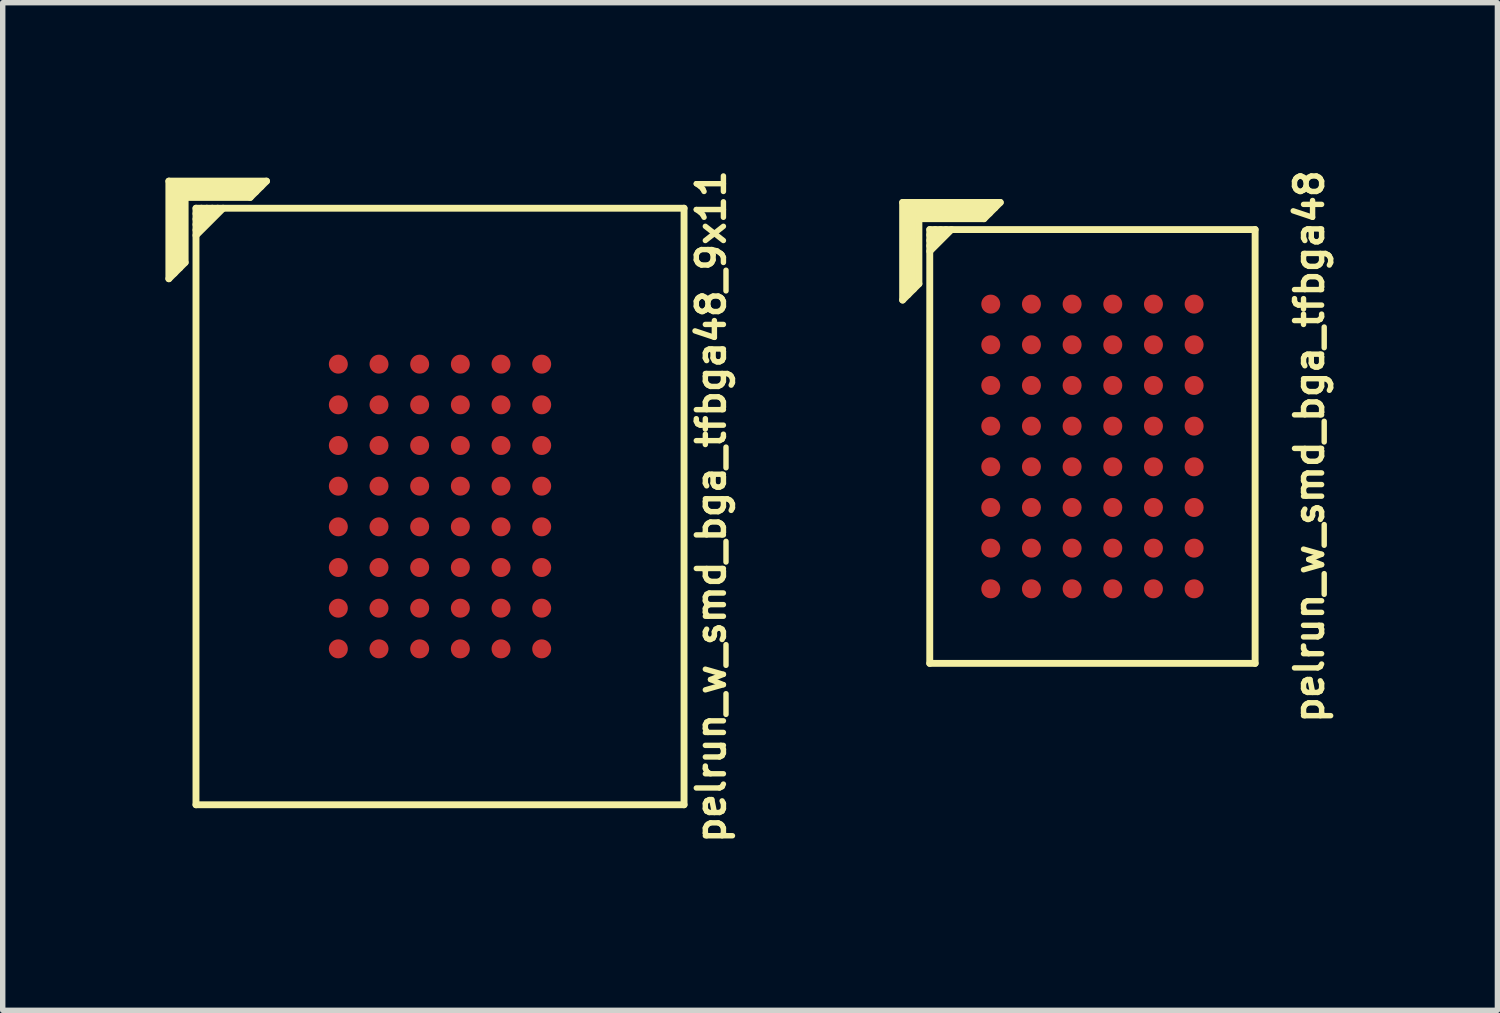
<source format=kicad_pcb>
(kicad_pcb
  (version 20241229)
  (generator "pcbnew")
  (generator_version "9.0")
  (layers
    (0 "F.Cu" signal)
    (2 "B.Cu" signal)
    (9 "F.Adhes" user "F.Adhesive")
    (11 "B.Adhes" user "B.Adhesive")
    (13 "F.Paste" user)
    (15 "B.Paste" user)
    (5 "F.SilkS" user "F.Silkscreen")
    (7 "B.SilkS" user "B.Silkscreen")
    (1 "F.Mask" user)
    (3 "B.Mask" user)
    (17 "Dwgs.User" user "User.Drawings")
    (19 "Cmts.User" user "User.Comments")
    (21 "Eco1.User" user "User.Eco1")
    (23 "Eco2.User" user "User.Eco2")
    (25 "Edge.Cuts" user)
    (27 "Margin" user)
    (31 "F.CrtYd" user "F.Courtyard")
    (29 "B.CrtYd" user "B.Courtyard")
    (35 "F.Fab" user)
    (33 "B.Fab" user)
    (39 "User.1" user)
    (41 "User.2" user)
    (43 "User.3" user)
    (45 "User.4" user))
  (footprint "pelrun_w_smd_bga_tfbga48_9x11"
    (layer "F.Cu")
    (at 5.064 6.29)
    (property "Reference" "pelrun_w_smd_bga_tfbga48_9x11" (at 5 0 90) (layer "F.SilkS") (effects (font (size 0.5 0.5) (thickness 0.1))))
    (attr through_hole)
    (fp_line (start -5 -6) (end -5 -4.2) (stroke (width 0.127) (type solid)) (layer "F.SilkS"))
    (fp_line (start -5 -4.2) (end -4.7 -4.5) (stroke (width 0.127) (type solid)) (layer "F.SilkS"))
    (fp_line (start -4.9 -5.9) (end -4.9 -4.3) (stroke (width 0.127) (type solid)) (layer "F.SilkS"))
    (fp_line (start -4.8 -5.8) (end -3.4 -5.8) (stroke (width 0.127) (type solid)) (layer "F.SilkS"))
    (fp_line (start -4.8 -4.4) (end -4.8 -5.8) (stroke (width 0.127) (type solid)) (layer "F.SilkS"))
    (fp_line (start -4.7 -5.7) (end -3.5 -5.7) (stroke (width 0.127) (type solid)) (layer "F.SilkS"))
    (fp_line (start -4.7 -4.5) (end -4.7 -5.7) (stroke (width 0.127) (type solid)) (layer "F.SilkS"))
    (fp_line (start -4.5 -5.5) (end 4.5 -5.5) (stroke (width 0.127) (type solid)) (layer "F.SilkS"))
    (fp_line (start -4.5 -5.4) (end -4.4 -5.5) (stroke (width 0.127) (type solid)) (layer "F.SilkS"))
    (fp_line (start -4.5 -5.1) (end -4.1 -5.5) (stroke (width 0.127) (type solid)) (layer "F.SilkS"))
    (fp_line (start -4.5 5.5) (end -4.5 -5.5) (stroke (width 0.127) (type solid)) (layer "F.SilkS"))
    (fp_line (start -4.3 -5.5) (end -4.5 -5.3) (stroke (width 0.127) (type solid)) (layer "F.SilkS"))
    (fp_line (start -4.2 -5.5) (end -4.5 -5.2) (stroke (width 0.127) (type solid)) (layer "F.SilkS"))
    (fp_line (start -4 -5.5) (end -4.5 -5) (stroke (width 0.127) (type solid)) (layer "F.SilkS"))
    (fp_line (start -3.5 -5.7) (end -3.2 -6) (stroke (width 0.127) (type solid)) (layer "F.SilkS"))
    (fp_line (start -3.3 -5.9) (end -4.9 -5.9) (stroke (width 0.127) (type solid)) (layer "F.SilkS"))
    (fp_line (start -3.2 -6) (end -5 -6) (stroke (width 0.127) (type solid)) (layer "F.SilkS"))
    (fp_line (start 4.5 -5.5) (end 4.5 5.5) (stroke (width 0.127) (type solid)) (layer "F.SilkS"))
    (fp_line (start 4.5 5.5) (end -4.5 5.5) (stroke (width 0.127) (type solid)) (layer "F.SilkS"))
    (pad "A1" smd circle (at -1.875 -2.625) (size 0.35 0.35) (layers "F.Cu" "F.Mask" "F.Paste"))
    (pad "A2" smd circle (at -1.125 -2.625) (size 0.35 0.35) (layers "F.Cu" "F.Mask" "F.Paste"))
    (pad "A3" smd circle (at -0.375 -2.625) (size 0.35 0.35) (layers "F.Cu" "F.Mask" "F.Paste"))
    (pad "A4" smd circle (at 0.375 -2.625) (size 0.35 0.35) (layers "F.Cu" "F.Mask" "F.Paste"))
    (pad "A5" smd circle (at 1.125 -2.625) (size 0.35 0.35) (layers "F.Cu" "F.Mask" "F.Paste"))
    (pad "A6" smd circle (at 1.875 -2.625) (size 0.35 0.35) (layers "F.Cu" "F.Mask" "F.Paste"))
    (pad "B1" smd circle (at -1.875 -1.875) (size 0.35 0.35) (layers "F.Cu" "F.Mask" "F.Paste"))
    (pad "B2" smd circle (at -1.125 -1.875) (size 0.35 0.35) (layers "F.Cu" "F.Mask" "F.Paste"))
    (pad "B3" smd circle (at -0.375 -1.875) (size 0.35 0.35) (layers "F.Cu" "F.Mask" "F.Paste"))
    (pad "B4" smd circle (at 0.375 -1.875) (size 0.35 0.35) (layers "F.Cu" "F.Mask" "F.Paste"))
    (pad "B5" smd circle (at 1.125 -1.875) (size 0.35 0.35) (layers "F.Cu" "F.Mask" "F.Paste"))
    (pad "B6" smd circle (at 1.875 -1.875) (size 0.35 0.35) (layers "F.Cu" "F.Mask" "F.Paste"))
    (pad "C1" smd circle (at -1.875 -1.125) (size 0.35 0.35) (layers "F.Cu" "F.Mask" "F.Paste"))
    (pad "C2" smd circle (at -1.125 -1.125) (size 0.35 0.35) (layers "F.Cu" "F.Mask" "F.Paste"))
    (pad "C3" smd circle (at -0.375 -1.125) (size 0.35 0.35) (layers "F.Cu" "F.Mask" "F.Paste"))
    (pad "C4" smd circle (at 0.375 -1.125) (size 0.35 0.35) (layers "F.Cu" "F.Mask" "F.Paste"))
    (pad "C5" smd circle (at 1.125 -1.125) (size 0.35 0.35) (layers "F.Cu" "F.Mask" "F.Paste"))
    (pad "C6" smd circle (at 1.875 -1.125) (size 0.35 0.35) (layers "F.Cu" "F.Mask" "F.Paste"))
    (pad "D1" smd circle (at -1.875 -0.375) (size 0.35 0.35) (layers "F.Cu" "F.Mask" "F.Paste"))
    (pad "D2" smd circle (at -1.125 -0.375) (size 0.35 0.35) (layers "F.Cu" "F.Mask" "F.Paste"))
    (pad "D3" smd circle (at -0.375 -0.375) (size 0.35 0.35) (layers "F.Cu" "F.Mask" "F.Paste"))
    (pad "D4" smd circle (at 0.375 -0.375) (size 0.35 0.35) (layers "F.Cu" "F.Mask" "F.Paste"))
    (pad "D5" smd circle (at 1.125 -0.375) (size 0.35 0.35) (layers "F.Cu" "F.Mask" "F.Paste"))
    (pad "D6" smd circle (at 1.875 -0.375) (size 0.35 0.35) (layers "F.Cu" "F.Mask" "F.Paste"))
    (pad "E1" smd circle (at -1.875 0.375) (size 0.35 0.35) (layers "F.Cu" "F.Mask" "F.Paste"))
    (pad "E2" smd circle (at -1.125 0.375) (size 0.35 0.35) (layers "F.Cu" "F.Mask" "F.Paste"))
    (pad "E3" smd circle (at -0.375 0.375) (size 0.35 0.35) (layers "F.Cu" "F.Mask" "F.Paste"))
    (pad "E4" smd circle (at 0.375 0.375) (size 0.35 0.35) (layers "F.Cu" "F.Mask" "F.Paste"))
    (pad "E5" smd circle (at 1.125 0.375) (size 0.35 0.35) (layers "F.Cu" "F.Mask" "F.Paste"))
    (pad "E6" smd circle (at 1.875 0.375) (size 0.35 0.35) (layers "F.Cu" "F.Mask" "F.Paste"))
    (pad "F1" smd circle (at -1.875 1.125) (size 0.35 0.35) (layers "F.Cu" "F.Mask" "F.Paste"))
    (pad "F2" smd circle (at -1.125 1.125) (size 0.35 0.35) (layers "F.Cu" "F.Mask" "F.Paste"))
    (pad "F3" smd circle (at -0.375 1.125) (size 0.35 0.35) (layers "F.Cu" "F.Mask" "F.Paste"))
    (pad "F4" smd circle (at 0.375 1.125) (size 0.35 0.35) (layers "F.Cu" "F.Mask" "F.Paste"))
    (pad "F5" smd circle (at 1.125 1.125) (size 0.35 0.35) (layers "F.Cu" "F.Mask" "F.Paste"))
    (pad "F6" smd circle (at 1.875 1.125) (size 0.35 0.35) (layers "F.Cu" "F.Mask" "F.Paste"))
    (pad "G1" smd circle (at -1.875 1.875) (size 0.35 0.35) (layers "F.Cu" "F.Mask" "F.Paste"))
    (pad "G2" smd circle (at -1.125 1.875) (size 0.35 0.35) (layers "F.Cu" "F.Mask" "F.Paste"))
    (pad "G3" smd circle (at -0.375 1.875) (size 0.35 0.35) (layers "F.Cu" "F.Mask" "F.Paste"))
    (pad "G4" smd circle (at 0.375 1.875) (size 0.35 0.35) (layers "F.Cu" "F.Mask" "F.Paste"))
    (pad "G5" smd circle (at 1.125 1.875) (size 0.35 0.35) (layers "F.Cu" "F.Mask" "F.Paste"))
    (pad "G6" smd circle (at 1.875 1.875) (size 0.35 0.35) (layers "F.Cu" "F.Mask" "F.Paste"))
    (pad "H1" smd circle (at -1.875 2.625) (size 0.35 0.35) (layers "F.Cu" "F.Mask" "F.Paste"))
    (pad "H2" smd circle (at -1.125 2.625) (size 0.35 0.35) (layers "F.Cu" "F.Mask" "F.Paste"))
    (pad "H3" smd circle (at -0.375 2.625) (size 0.35 0.35) (layers "F.Cu" "F.Mask" "F.Paste"))
    (pad "H4" smd circle (at 0.375 2.625) (size 0.35 0.35) (layers "F.Cu" "F.Mask" "F.Paste"))
    (pad "H5" smd circle (at 1.125 2.625) (size 0.35 0.35) (layers "F.Cu" "F.Mask" "F.Paste"))
    (pad "H6" smd circle (at 1.875 2.625) (size 0.35 0.35) (layers "F.Cu" "F.Mask" "F.Paste")))
  (footprint "pelrun_w_smd_bga_tfbga48"
    (layer "F.Cu")
    (at 17.095 5.183)
    (property "Reference" "pelrun_w_smd_bga_tfbga48" (at 4 0 90) (layer "F.SilkS") (effects (font (size 0.5 0.5) (thickness 0.1))))
    (attr through_hole)
    (fp_line (start -3.5 -4.5) (end -1.7 -4.5) (stroke (width 0.127) (type solid)) (layer "F.SilkS"))
    (fp_line (start -3.5 -2.7) (end -3.5 -4.5) (stroke (width 0.127) (type solid)) (layer "F.SilkS"))
    (fp_line (start -3.4 -4.4) (end -3.4 -2.8) (stroke (width 0.127) (type solid)) (layer "F.SilkS"))
    (fp_line (start -3.3 -4.3) (end -1.9 -4.3) (stroke (width 0.127) (type solid)) (layer "F.SilkS"))
    (fp_line (start -3.3 -2.9) (end -3.3 -4.3) (stroke (width 0.127) (type solid)) (layer "F.SilkS"))
    (fp_line (start -3.2 -4.2) (end -2 -4.2) (stroke (width 0.127) (type solid)) (layer "F.SilkS"))
    (fp_line (start -3.2 -3) (end -3.5 -2.7) (stroke (width 0.127) (type solid)) (layer "F.SilkS"))
    (fp_line (start -3.2 -3) (end -3.2 -4.2) (stroke (width 0.127) (type solid)) (layer "F.SilkS"))
    (fp_line (start -3 -4) (end 3 -4) (stroke (width 0.127) (type solid)) (layer "F.SilkS"))
    (fp_line (start -3 -3.9) (end -2.9 -4) (stroke (width 0.127) (type solid)) (layer "F.SilkS"))
    (fp_line (start -3 -3.6) (end -2.6 -4) (stroke (width 0.127) (type solid)) (layer "F.SilkS"))
    (fp_line (start -3 4) (end -3 -4) (stroke (width 0.127) (type solid)) (layer "F.SilkS"))
    (fp_line (start -2.8 -4) (end -3 -3.8) (stroke (width 0.127) (type solid)) (layer "F.SilkS"))
    (fp_line (start -2.7 -4) (end -3 -3.7) (stroke (width 0.127) (type solid)) (layer "F.SilkS"))
    (fp_line (start -1.8 -4.4) (end -3.4 -4.4) (stroke (width 0.127) (type solid)) (layer "F.SilkS"))
    (fp_line (start -1.7 -4.5) (end -2 -4.2) (stroke (width 0.127) (type solid)) (layer "F.SilkS"))
    (fp_line (start 3 -4) (end 3 4) (stroke (width 0.127) (type solid)) (layer "F.SilkS"))
    (fp_line (start 3 4) (end -3 4) (stroke (width 0.127) (type solid)) (layer "F.SilkS"))
    (pad "A1" smd circle (at -1.875 -2.625) (size 0.35 0.35) (layers "F.Cu" "F.Mask" "F.Paste"))
    (pad "A2" smd circle (at -1.125 -2.625) (size 0.35 0.35) (layers "F.Cu" "F.Mask" "F.Paste"))
    (pad "A3" smd circle (at -0.375 -2.625) (size 0.35 0.35) (layers "F.Cu" "F.Mask" "F.Paste"))
    (pad "A4" smd circle (at 0.375 -2.625) (size 0.35 0.35) (layers "F.Cu" "F.Mask" "F.Paste"))
    (pad "A5" smd circle (at 1.125 -2.625) (size 0.35 0.35) (layers "F.Cu" "F.Mask" "F.Paste"))
    (pad "A6" smd circle (at 1.875 -2.625) (size 0.35 0.35) (layers "F.Cu" "F.Mask" "F.Paste"))
    (pad "B1" smd circle (at -1.875 -1.875) (size 0.35 0.35) (layers "F.Cu" "F.Mask" "F.Paste"))
    (pad "B2" smd circle (at -1.125 -1.875) (size 0.35 0.35) (layers "F.Cu" "F.Mask" "F.Paste"))
    (pad "B3" smd circle (at -0.375 -1.875) (size 0.35 0.35) (layers "F.Cu" "F.Mask" "F.Paste"))
    (pad "B4" smd circle (at 0.375 -1.875) (size 0.35 0.35) (layers "F.Cu" "F.Mask" "F.Paste"))
    (pad "B5" smd circle (at 1.125 -1.875) (size 0.35 0.35) (layers "F.Cu" "F.Mask" "F.Paste"))
    (pad "B6" smd circle (at 1.875 -1.875) (size 0.35 0.35) (layers "F.Cu" "F.Mask" "F.Paste"))
    (pad "C1" smd circle (at -1.875 -1.125) (size 0.35 0.35) (layers "F.Cu" "F.Mask" "F.Paste"))
    (pad "C2" smd circle (at -1.125 -1.125) (size 0.35 0.35) (layers "F.Cu" "F.Mask" "F.Paste"))
    (pad "C3" smd circle (at -0.375 -1.125) (size 0.35 0.35) (layers "F.Cu" "F.Mask" "F.Paste"))
    (pad "C4" smd circle (at 0.375 -1.125) (size 0.35 0.35) (layers "F.Cu" "F.Mask" "F.Paste"))
    (pad "C5" smd circle (at 1.125 -1.125) (size 0.35 0.35) (layers "F.Cu" "F.Mask" "F.Paste"))
    (pad "C6" smd circle (at 1.875 -1.125) (size 0.35 0.35) (layers "F.Cu" "F.Mask" "F.Paste"))
    (pad "D1" smd circle (at -1.875 -0.375) (size 0.35 0.35) (layers "F.Cu" "F.Mask" "F.Paste"))
    (pad "D2" smd circle (at -1.125 -0.375) (size 0.35 0.35) (layers "F.Cu" "F.Mask" "F.Paste"))
    (pad "D3" smd circle (at -0.375 -0.375) (size 0.35 0.35) (layers "F.Cu" "F.Mask" "F.Paste"))
    (pad "D4" smd circle (at 0.375 -0.375) (size 0.35 0.35) (layers "F.Cu" "F.Mask" "F.Paste"))
    (pad "D5" smd circle (at 1.125 -0.375) (size 0.35 0.35) (layers "F.Cu" "F.Mask" "F.Paste"))
    (pad "D6" smd circle (at 1.875 -0.375) (size 0.35 0.35) (layers "F.Cu" "F.Mask" "F.Paste"))
    (pad "E1" smd circle (at -1.875 0.375) (size 0.35 0.35) (layers "F.Cu" "F.Mask" "F.Paste"))
    (pad "E2" smd circle (at -1.125 0.375) (size 0.35 0.35) (layers "F.Cu" "F.Mask" "F.Paste"))
    (pad "E3" smd circle (at -0.375 0.375) (size 0.35 0.35) (layers "F.Cu" "F.Mask" "F.Paste"))
    (pad "E4" smd circle (at 0.375 0.375) (size 0.35 0.35) (layers "F.Cu" "F.Mask" "F.Paste"))
    (pad "E5" smd circle (at 1.125 0.375) (size 0.35 0.35) (layers "F.Cu" "F.Mask" "F.Paste"))
    (pad "E6" smd circle (at 1.875 0.375) (size 0.35 0.35) (layers "F.Cu" "F.Mask" "F.Paste"))
    (pad "F1" smd circle (at -1.875 1.125) (size 0.35 0.35) (layers "F.Cu" "F.Mask" "F.Paste"))
    (pad "F2" smd circle (at -1.125 1.125) (size 0.35 0.35) (layers "F.Cu" "F.Mask" "F.Paste"))
    (pad "F3" smd circle (at -0.375 1.125) (size 0.35 0.35) (layers "F.Cu" "F.Mask" "F.Paste"))
    (pad "F4" smd circle (at 0.375 1.125) (size 0.35 0.35) (layers "F.Cu" "F.Mask" "F.Paste"))
    (pad "F5" smd circle (at 1.125 1.125) (size 0.35 0.35) (layers "F.Cu" "F.Mask" "F.Paste"))
    (pad "F6" smd circle (at 1.875 1.125) (size 0.35 0.35) (layers "F.Cu" "F.Mask" "F.Paste"))
    (pad "G1" smd circle (at -1.875 1.875) (size 0.35 0.35) (layers "F.Cu" "F.Mask" "F.Paste"))
    (pad "G2" smd circle (at -1.125 1.875) (size 0.35 0.35) (layers "F.Cu" "F.Mask" "F.Paste"))
    (pad "G3" smd circle (at -0.375 1.875) (size 0.35 0.35) (layers "F.Cu" "F.Mask" "F.Paste"))
    (pad "G4" smd circle (at 0.375 1.875) (size 0.35 0.35) (layers "F.Cu" "F.Mask" "F.Paste"))
    (pad "G5" smd circle (at 1.125 1.875) (size 0.35 0.35) (layers "F.Cu" "F.Mask" "F.Paste"))
    (pad "G6" smd circle (at 1.875 1.875) (size 0.35 0.35) (layers "F.Cu" "F.Mask" "F.Paste"))
    (pad "H1" smd circle (at -1.875 2.625) (size 0.35 0.35) (layers "F.Cu" "F.Mask" "F.Paste"))
    (pad "H2" smd circle (at -1.125 2.625) (size 0.35 0.35) (layers "F.Cu" "F.Mask" "F.Paste"))
    (pad "H3" smd circle (at -0.375 2.625) (size 0.35 0.35) (layers "F.Cu" "F.Mask" "F.Paste"))
    (pad "H4" smd circle (at 0.375 2.625) (size 0.35 0.35) (layers "F.Cu" "F.Mask" "F.Paste"))
    (pad "H5" smd circle (at 1.125 2.625) (size 0.35 0.35) (layers "F.Cu" "F.Mask" "F.Paste"))
    (pad "H6" smd circle (at 1.875 2.625) (size 0.35 0.35) (layers "F.Cu" "F.Mask" "F.Paste")))
  (gr_rect
    (start -3 -3)
    (end 24.563 15.581)
    (stroke (width 0.1) (type default))
    (fill no)
    (layer "Edge.Cuts")))
</source>
